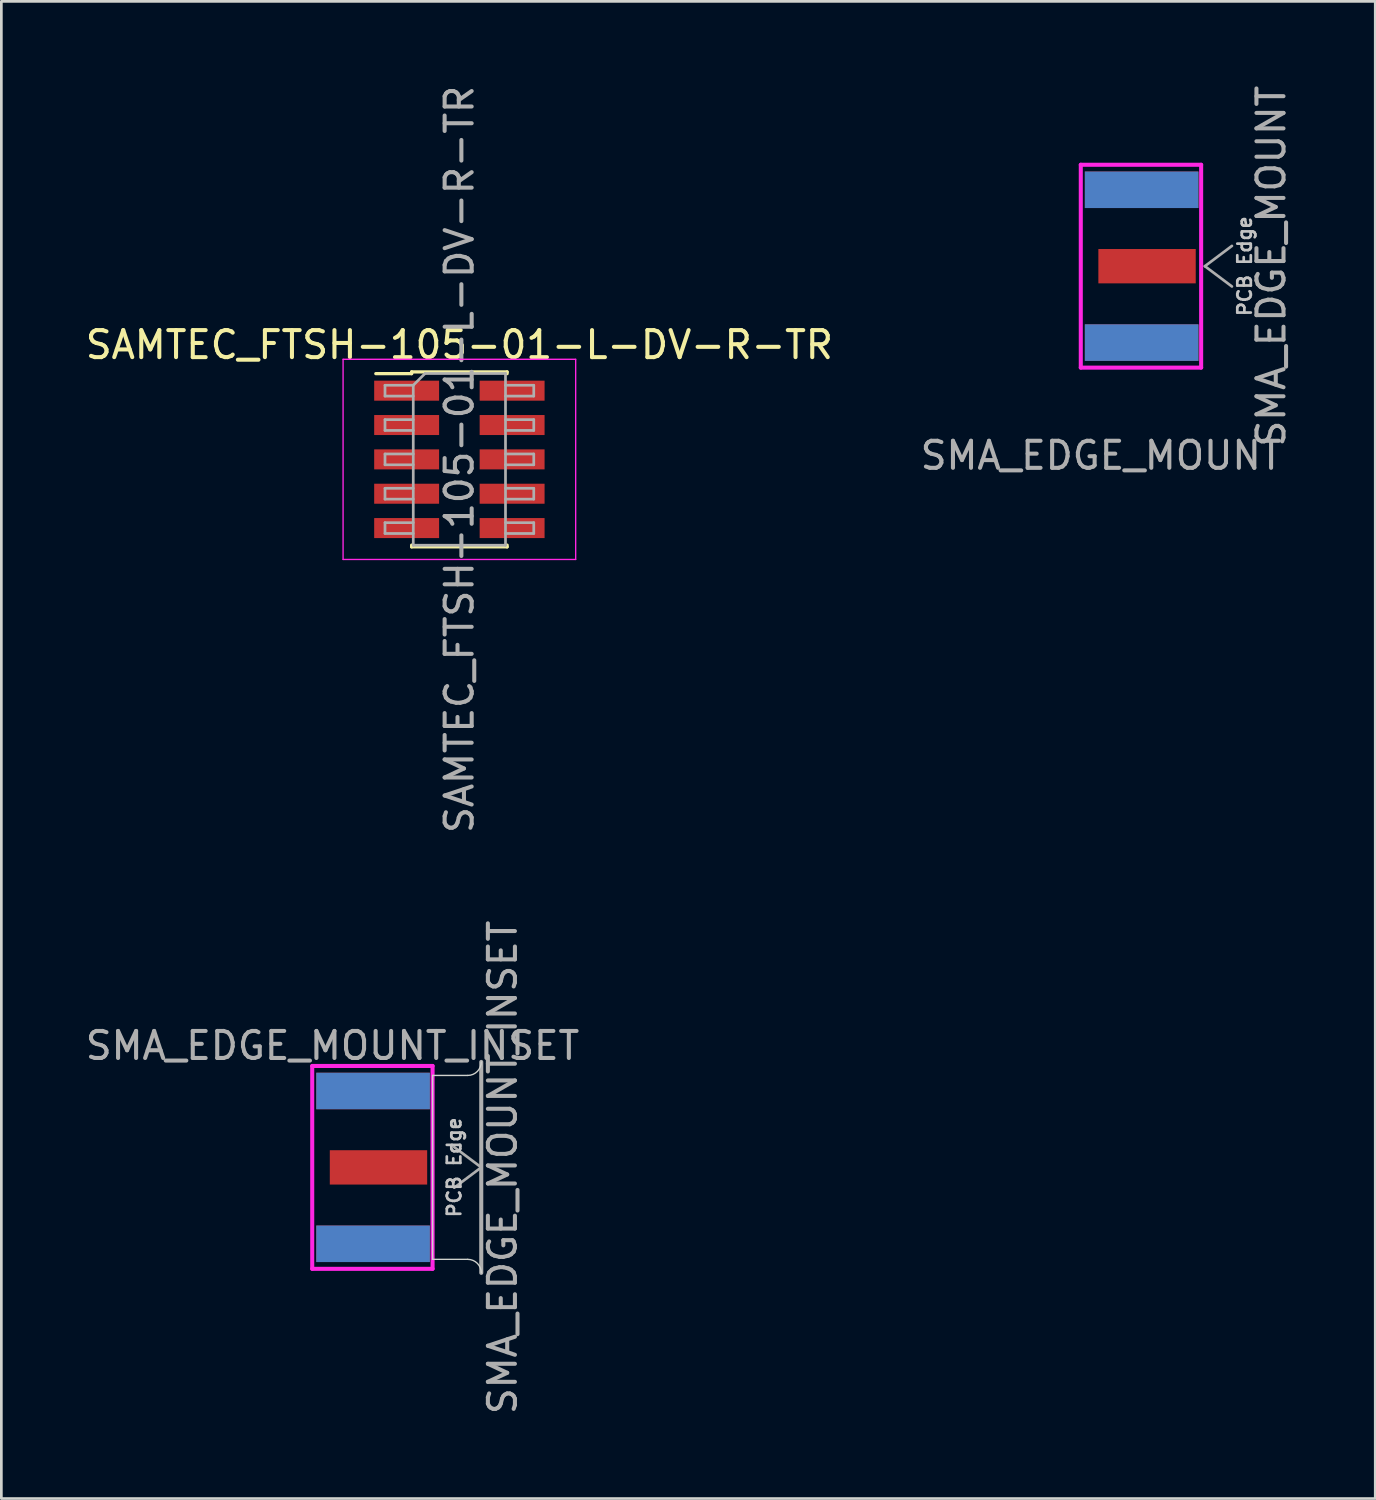
<source format=kicad_pcb>
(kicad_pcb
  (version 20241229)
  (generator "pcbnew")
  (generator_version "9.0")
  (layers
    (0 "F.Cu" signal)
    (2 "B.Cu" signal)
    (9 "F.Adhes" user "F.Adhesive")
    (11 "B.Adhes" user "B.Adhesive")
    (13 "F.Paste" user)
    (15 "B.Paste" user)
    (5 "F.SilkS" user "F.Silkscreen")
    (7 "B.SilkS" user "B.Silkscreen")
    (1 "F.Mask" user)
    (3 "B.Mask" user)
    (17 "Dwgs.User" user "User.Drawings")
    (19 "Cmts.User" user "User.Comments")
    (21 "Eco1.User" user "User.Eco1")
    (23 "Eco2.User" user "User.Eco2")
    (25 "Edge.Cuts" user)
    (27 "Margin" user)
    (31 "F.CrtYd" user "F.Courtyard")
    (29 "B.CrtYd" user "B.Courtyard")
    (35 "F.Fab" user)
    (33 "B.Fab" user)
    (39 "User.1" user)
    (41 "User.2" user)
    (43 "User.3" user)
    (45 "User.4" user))
  (footprint "SMA_EDGE_MOUNT"
    (layer "F.Cu")
    (at 39.161 6.792)
    (property "Reference" "SMA_EDGE_MOUNT" (at -1.5 7 0) (layer "F.Fab") (effects (font (size 1 1) (thickness 0.15))))
    (attr smd)
    (fp_line (start -2.25 -3.75) (end 2.2 -3.75) (stroke (width 0.15) (type solid)) (layer "F.CrtYd"))
    (fp_line (start -2.25 3.75) (end -2.25 -3.75) (stroke (width 0.15) (type solid)) (layer "F.CrtYd"))
    (fp_line (start 2.2 -3.75) (end 2.2 3.75) (stroke (width 0.15) (type solid)) (layer "F.CrtYd"))
    (fp_line (start 2.2 3.75) (end -2.25 3.75) (stroke (width 0.15) (type solid)) (layer "F.CrtYd"))
    (fp_line (start 2.338 0) (end 3.338 -0.75) (stroke (width 0.1) (type solid)) (layer "F.Fab"))
    (fp_line (start 3.338 0.75) (end 2.338 0) (stroke (width 0.1) (type solid)) (layer "F.Fab"))
    (fp_text user "PCB Edge" (at 3.81 0 90) (layer "Dwgs.User") (effects (font (size 0.5 0.5) (thickness 0.1))))
    (fp_text user "${REFERENCE}" (at 4.79 0 270) (layer "F.Fab") (effects (font (size 1 1) (thickness 0.15))))
    (pad "1" smd rect (at 0.2 0 90) (size 1.27 3.6) (layers "F.Cu" "F.Mask"))
    (pad "2" smd rect (at 0 -2.825 90) (size 1.35 4.2) (layers "F.Cu" "F.Mask"))
    (pad "2" smd rect (at 0 -2.825 90) (size 1.35 4.2) (layers "B.Cu" "B.Mask"))
    (pad "2" smd rect (at 0 2.825 90) (size 1.35 4.2) (layers "F.Cu" "F.Mask"))
    (pad "2" smd rect (at 0 2.825 90) (size 1.35 4.2) (layers "B.Cu" "B.Mask")))
  (footprint "SAMTEC_FTSH-105-01-L-DV-R-TR"
    (layer "F.Cu")
    (at 13.935 13.935)
    (property "Reference" "SAMTEC_FTSH-105-01-L-DV-R-TR" (at 0 -4.235 0) (layer "F.SilkS") (effects (font (size 1 1) (thickness 0.15))))
    (attr smd)
    (fp_line (start -3.09 -3.17) (end -1.765 -3.17) (stroke (width 0.12) (type solid)) (layer "F.SilkS"))
    (fp_line (start -1.765 -3.235) (end -1.765 -3.17) (stroke (width 0.12) (type solid)) (layer "F.SilkS"))
    (fp_line (start -1.765 -3.235) (end 1.765 -3.235) (stroke (width 0.12) (type solid)) (layer "F.SilkS"))
    (fp_line (start -1.765 3.17) (end -1.765 3.235) (stroke (width 0.12) (type solid)) (layer "F.SilkS"))
    (fp_line (start -1.765 3.235) (end 1.765 3.235) (stroke (width 0.12) (type solid)) (layer "F.SilkS"))
    (fp_line (start 1.765 -3.235) (end 1.765 -3.17) (stroke (width 0.12) (type solid)) (layer "F.SilkS"))
    (fp_line (start 1.765 3.17) (end 1.765 3.235) (stroke (width 0.12) (type solid)) (layer "F.SilkS"))
    (fp_line (start -4.3 -3.7) (end -4.3 3.7) (stroke (width 0.05) (type solid)) (layer "F.CrtYd"))
    (fp_line (start -4.3 3.7) (end 4.3 3.7) (stroke (width 0.05) (type solid)) (layer "F.CrtYd"))
    (fp_line (start 4.3 -3.7) (end -4.3 -3.7) (stroke (width 0.05) (type solid)) (layer "F.CrtYd"))
    (fp_line (start 4.3 3.7) (end 4.3 -3.7) (stroke (width 0.05) (type solid)) (layer "F.CrtYd"))
    (fp_line (start -2.75 -2.74) (end -2.75 -2.34) (stroke (width 0.1) (type solid)) (layer "F.Fab"))
    (fp_line (start -2.75 -2.34) (end -1.705 -2.34) (stroke (width 0.1) (type solid)) (layer "F.Fab"))
    (fp_line (start -2.75 -1.47) (end -2.75 -1.07) (stroke (width 0.1) (type solid)) (layer "F.Fab"))
    (fp_line (start -2.75 -1.07) (end -1.705 -1.07) (stroke (width 0.1) (type solid)) (layer "F.Fab"))
    (fp_line (start -2.75 -0.2) (end -2.75 0.2) (stroke (width 0.1) (type solid)) (layer "F.Fab"))
    (fp_line (start -2.75 0.2) (end -1.705 0.2) (stroke (width 0.1) (type solid)) (layer "F.Fab"))
    (fp_line (start -2.75 1.07) (end -2.75 1.47) (stroke (width 0.1) (type solid)) (layer "F.Fab"))
    (fp_line (start -2.75 1.47) (end -1.705 1.47) (stroke (width 0.1) (type solid)) (layer "F.Fab"))
    (fp_line (start -2.75 2.34) (end -2.75 2.74) (stroke (width 0.1) (type solid)) (layer "F.Fab"))
    (fp_line (start -2.75 2.74) (end -1.705 2.74) (stroke (width 0.1) (type solid)) (layer "F.Fab"))
    (fp_line (start -1.705 -2.74) (end -2.75 -2.74) (stroke (width 0.1) (type solid)) (layer "F.Fab"))
    (fp_line (start -1.705 -2.74) (end -1.27 -3.175) (stroke (width 0.1) (type solid)) (layer "F.Fab"))
    (fp_line (start -1.705 -1.47) (end -2.75 -1.47) (stroke (width 0.1) (type solid)) (layer "F.Fab"))
    (fp_line (start -1.705 -0.2) (end -2.75 -0.2) (stroke (width 0.1) (type solid)) (layer "F.Fab"))
    (fp_line (start -1.705 1.07) (end -2.75 1.07) (stroke (width 0.1) (type solid)) (layer "F.Fab"))
    (fp_line (start -1.705 2.34) (end -2.75 2.34) (stroke (width 0.1) (type solid)) (layer "F.Fab"))
    (fp_line (start -1.705 3.175) (end -1.705 -2.74) (stroke (width 0.1) (type solid)) (layer "F.Fab"))
    (fp_line (start -1.27 -3.175) (end 1.705 -3.175) (stroke (width 0.1) (type solid)) (layer "F.Fab"))
    (fp_line (start 1.705 -3.175) (end 1.705 3.175) (stroke (width 0.1) (type solid)) (layer "F.Fab"))
    (fp_line (start 1.705 -2.74) (end 2.75 -2.74) (stroke (width 0.1) (type solid)) (layer "F.Fab"))
    (fp_line (start 1.705 -1.47) (end 2.75 -1.47) (stroke (width 0.1) (type solid)) (layer "F.Fab"))
    (fp_line (start 1.705 -0.2) (end 2.75 -0.2) (stroke (width 0.1) (type solid)) (layer "F.Fab"))
    (fp_line (start 1.705 1.07) (end 2.75 1.07) (stroke (width 0.1) (type solid)) (layer "F.Fab"))
    (fp_line (start 1.705 2.34) (end 2.75 2.34) (stroke (width 0.1) (type solid)) (layer "F.Fab"))
    (fp_line (start 1.705 3.175) (end -1.705 3.175) (stroke (width 0.1) (type solid)) (layer "F.Fab"))
    (fp_line (start 2.75 -2.74) (end 2.75 -2.34) (stroke (width 0.1) (type solid)) (layer "F.Fab"))
    (fp_line (start 2.75 -2.34) (end 1.705 -2.34) (stroke (width 0.1) (type solid)) (layer "F.Fab"))
    (fp_line (start 2.75 -1.47) (end 2.75 -1.07) (stroke (width 0.1) (type solid)) (layer "F.Fab"))
    (fp_line (start 2.75 -1.07) (end 1.705 -1.07) (stroke (width 0.1) (type solid)) (layer "F.Fab"))
    (fp_line (start 2.75 -0.2) (end 2.75 0.2) (stroke (width 0.1) (type solid)) (layer "F.Fab"))
    (fp_line (start 2.75 0.2) (end 1.705 0.2) (stroke (width 0.1) (type solid)) (layer "F.Fab"))
    (fp_line (start 2.75 1.07) (end 2.75 1.47) (stroke (width 0.1) (type solid)) (layer "F.Fab"))
    (fp_line (start 2.75 1.47) (end 1.705 1.47) (stroke (width 0.1) (type solid)) (layer "F.Fab"))
    (fp_line (start 2.75 2.34) (end 2.75 2.74) (stroke (width 0.1) (type solid)) (layer "F.Fab"))
    (fp_line (start 2.75 2.74) (end 1.705 2.74) (stroke (width 0.1) (type solid)) (layer "F.Fab"))
    (fp_text user "${REFERENCE}" (at 0 0 90) (layer "F.Fab") (effects (font (size 1 1) (thickness 0.15))))
    (pad "1" smd rect (at -1.95 -2.54) (size 2.4 0.74) (layers "F.Cu" "F.Mask" "F.Paste"))
    (pad "2" smd rect (at 1.95 -2.54) (size 2.4 0.74) (layers "F.Cu" "F.Mask" "F.Paste"))
    (pad "3" smd rect (at -1.95 -1.27) (size 2.4 0.74) (layers "F.Cu" "F.Mask" "F.Paste"))
    (pad "4" smd rect (at 1.95 -1.27) (size 2.4 0.74) (layers "F.Cu" "F.Mask" "F.Paste"))
    (pad "5" smd rect (at -1.95 0) (size 2.4 0.74) (layers "F.Cu" "F.Mask" "F.Paste"))
    (pad "6" smd rect (at 1.95 0) (size 2.4 0.74) (layers "F.Cu" "F.Mask" "F.Paste"))
    (pad "7" smd rect (at -1.95 1.27) (size 2.4 0.74) (layers "F.Cu" "F.Mask" "F.Paste"))
    (pad "8" smd rect (at 1.95 1.27) (size 2.4 0.74) (layers "F.Cu" "F.Mask" "F.Paste"))
    (pad "9" smd rect (at -1.95 2.54) (size 2.4 0.74) (layers "F.Cu" "F.Mask" "F.Paste"))
    (pad "10" smd rect (at 1.95 2.54) (size 2.4 0.74) (layers "F.Cu" "F.Mask" "F.Paste")))
  (footprint "SMA_EDGE_MOUNT_INSET"
    (layer "F.Cu")
    (at 10.744 40.113)
    (property "Reference" "SMA_EDGE_MOUNT_INSET" (at -1.5 -4.5 0) (layer "F.Fab") (effects (font (size 1 1) (thickness 0.15))))
    (attr smd)
    (fp_line (start 2.2 -3.4) (end 2.2 3.4) (stroke (width 0.05) (type solid)) (layer "Edge.Cuts"))
    (fp_line (start 2.2 -3.4) (end 3.5 -3.4) (stroke (width 0.05) (type solid)) (layer "Edge.Cuts"))
    (fp_line (start 2.2 3.4) (end 3.5 3.4) (stroke (width 0.05) (type solid)) (layer "Edge.Cuts"))
    (fp_arc (start 3.5 3.4) (mid 3.853553 3.546447) (end 4 3.9) (stroke (width 0.05) (type solid)) (layer "Edge.Cuts"))
    (fp_arc (start 4 -3.9) (mid 3.853553 -3.546447) (end 3.5 -3.4) (stroke (width 0.05) (type solid)) (layer "Edge.Cuts"))
    (fp_line (start -2.25 -3.75) (end 2.2 -3.75) (stroke (width 0.15) (type solid)) (layer "F.CrtYd"))
    (fp_line (start -2.25 3.75) (end -2.25 -3.75) (stroke (width 0.15) (type solid)) (layer "F.CrtYd"))
    (fp_line (start 2.2 -3.75) (end 2.2 3.75) (stroke (width 0.15) (type solid)) (layer "F.CrtYd"))
    (fp_line (start 2.2 3.75) (end -2.25 3.75) (stroke (width 0.15) (type solid)) (layer "F.CrtYd"))
    (fp_line (start 3 -0.75) (end 4 0) (stroke (width 0.1) (type solid)) (layer "F.Fab"))
    (fp_line (start 4 -3.9) (end 4 3.9) (stroke (width 0.15) (type solid)) (layer "F.Fab"))
    (fp_line (start 4 0) (end 3 0.75) (stroke (width 0.1) (type solid)) (layer "F.Fab"))
    (fp_text user "PCB Edge" (at 3 0 90) (layer "Dwgs.User") (effects (font (size 0.5 0.5) (thickness 0.1))))
    (fp_text user "${REFERENCE}" (at 4.79 0 270) (layer "F.Fab") (effects (font (size 1 1) (thickness 0.15))))
    (pad "1" smd rect (at 0.2 0 90) (size 1.27 3.6) (layers "F.Cu" "F.Mask"))
    (pad "2" smd rect (at 0 -2.825 90) (size 1.35 4.2) (layers "F.Cu" "F.Mask"))
    (pad "2" smd rect (at 0 -2.825 90) (size 1.35 4.2) (layers "B.Cu" "B.Mask"))
    (pad "2" smd rect (at 0 2.825 90) (size 1.35 4.2) (layers "F.Cu" "F.Mask"))
    (pad "2" smd rect (at 0 2.825 90) (size 1.35 4.2) (layers "B.Cu" "B.Mask")))
  (gr_rect
    (start -3 -3)
    (end 47.799 52.357)
    (stroke (width 0.1) (type default))
    (fill no)
    (layer "Edge.Cuts")))
</source>
